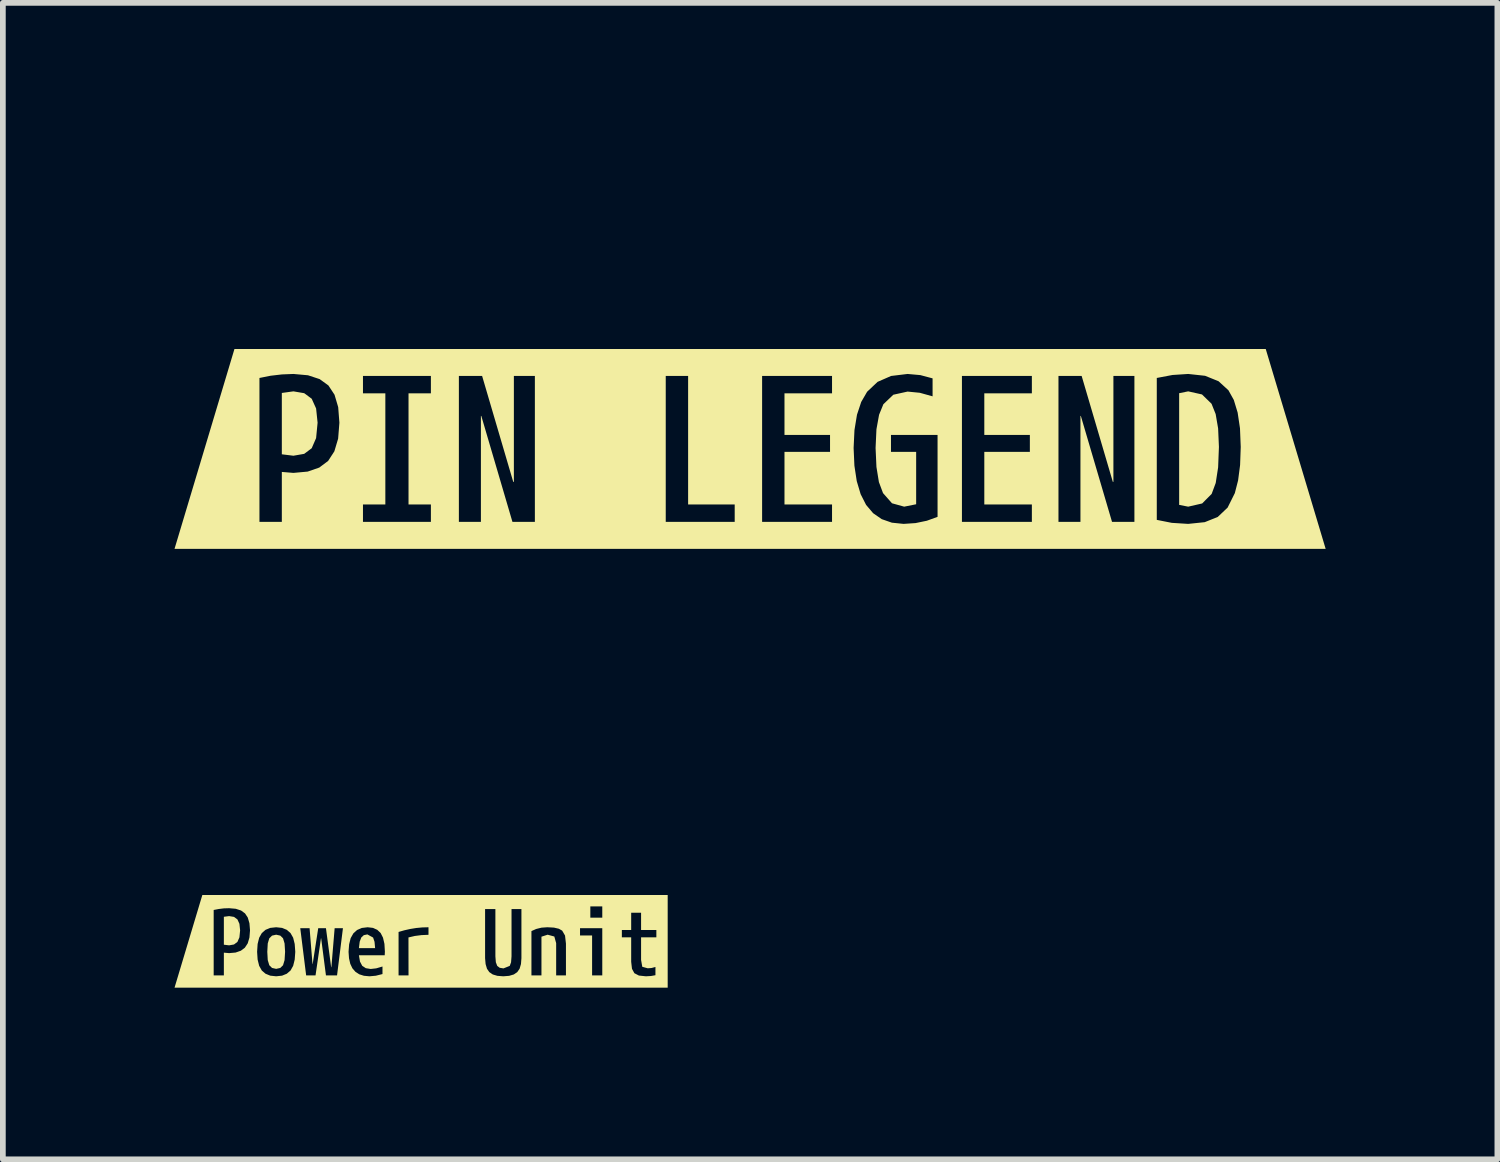
<source format=kicad_pcb>
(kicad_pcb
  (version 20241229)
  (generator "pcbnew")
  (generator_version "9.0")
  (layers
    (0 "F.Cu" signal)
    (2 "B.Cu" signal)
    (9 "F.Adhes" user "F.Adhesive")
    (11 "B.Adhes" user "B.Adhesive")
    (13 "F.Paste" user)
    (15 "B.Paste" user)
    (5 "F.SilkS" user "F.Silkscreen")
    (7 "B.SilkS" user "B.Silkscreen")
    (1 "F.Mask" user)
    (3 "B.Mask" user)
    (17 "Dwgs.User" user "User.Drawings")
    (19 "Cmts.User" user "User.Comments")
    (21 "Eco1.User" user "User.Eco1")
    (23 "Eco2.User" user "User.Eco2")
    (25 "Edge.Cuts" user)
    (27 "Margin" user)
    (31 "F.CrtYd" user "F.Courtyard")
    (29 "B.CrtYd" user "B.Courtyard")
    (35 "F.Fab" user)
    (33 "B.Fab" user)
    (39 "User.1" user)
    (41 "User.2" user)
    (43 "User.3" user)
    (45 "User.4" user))
  (footprint "kibuzzard-63BEB9E1"
    (layer "F.Cu")
    (at 10.058 4.795)
    (property "Reference" "kibuzzard-63BEB9E1" (at 0 -4.794 0) (layer "F.SilkS") (effects (font (size 0.001 0.001) (thickness 0.15))))
    (attr board_only exclude_from_pos_files exclude_from_bom)
    (fp_poly (pts (xy -7.558 -0.458) (xy -7.584 -0.707) (xy -7.661 -0.877) (xy -7.792 -0.974) (xy -7.98 -1.006) (xy -8.183 -0.978) (xy -8.183 0.094) (xy -7.98 0.119) (xy -7.792 0.086) (xy -7.661 -0.012) (xy -7.584 -0.189) (xy -7.558 -0.458)) (stroke (width 0) (type solid)) (fill yes) (layer "F.SilkS"))
    (fp_poly (pts (xy 7.656 -1.006) (xy 7.498 -0.974) (xy 7.498 0.978) (xy 7.656 1.009) (xy 7.9 0.953) (xy 8.066 0.786) (xy 8.137 0.595) (xy 8.179 0.322) (xy 8.193 -0.035) (xy 8.179 -0.358) (xy 8.136 -0.609) (xy 8.064 -0.789) (xy 7.897 -0.952) (xy 7.656 -1.006)) (stroke (width 0) (type solid)) (fill yes) (layer "F.SilkS"))
    (fp_poly (pts (xy -8.574 -1.746) (xy -9.011 -1.746) (xy -10.058 1.746) (xy -9.011 1.746) (xy -8.574 1.746) (xy -8.183 1.746) (xy -8.183 1.275) (xy -8.574 1.275) (xy -8.574 -1.24) (xy -8.379 -1.279) (xy -8.181 -1.302) (xy -7.98 -1.31) (xy -7.726 -1.287) (xy -7.522 -1.22) (xy -7.369 -1.109) (xy -7.262 -0.947) (xy -7.198 -0.73) (xy -7.177 -0.458) (xy -7.199 -0.18) (xy -7.265 0.042) (xy -7.374 0.21) (xy -7.529 0.326) (xy -7.731 0.396) (xy -7.98 0.419) (xy -8.183 0.402) (xy -8.183 1.275) (xy -8.183 1.746) (xy -5.578 1.746) (xy -5.578 1.275) (xy -6.765 1.275) (xy -6.765 0.971) (xy -6.374 0.971) (xy -6.374 -0.971) (xy -6.765 -0.971) (xy -6.765 -1.275) (xy -5.578 -1.275) (xy -5.578 -0.971) (xy -5.969 -0.971) (xy -5.969 0.971) (xy -5.578 0.971) (xy -5.578 1.275) (xy -5.578 1.746) (xy -5.089 1.746) (xy -5.089 1.275) (xy -5.089 -1.275) (xy -4.683 -1.275) (xy -4.139 0.576) (xy -4.128 0.576) (xy -4.128 -1.275) (xy -3.761 -1.275) (xy -3.761 1.275) (xy -4.153 1.275) (xy -4.697 -0.576) (xy -4.704 -0.576) (xy -4.704 1.275) (xy -5.089 1.275) (xy -5.089 1.746) (xy -0.269 1.746) (xy -0.269 1.275) (xy -1.474 1.275) (xy -1.474 -1.275) (xy -1.083 -1.275) (xy -1.083 0.971) (xy -0.269 0.971) (xy -0.269 1.275) (xy -0.269 1.746) (xy 1.432 1.746) (xy 1.432 1.275) (xy 0.21 1.275) (xy 0.21 -1.275) (xy 1.432 -1.275) (xy 1.432 -0.971) (xy 0.601 -0.971) (xy 0.601 -0.244) (xy 1.397 -0.244) (xy 1.397 0.052) (xy 0.601 0.052) (xy 0.601 0.971) (xy 1.432 0.971) (xy 1.432 1.275) (xy 1.432 1.746) (xy 2.682 1.746) (xy 2.682 1.31) (xy 2.478 1.289) (xy 2.3 1.227) (xy 2.15 1.123) (xy 2.027 0.978) (xy 1.932 0.791) (xy 1.864 0.563) (xy 1.823 0.294) (xy 1.809 -0.017) (xy 1.824 -0.33) (xy 1.868 -0.598) (xy 1.942 -0.821) (xy 2.045 -0.999) (xy 2.228 -1.172) (xy 2.464 -1.275) (xy 2.752 -1.31) (xy 2.975 -1.29) (xy 3.189 -1.233) (xy 3.189 -0.919) (xy 2.966 -0.981) (xy 2.752 -1.002) (xy 2.503 -0.947) (xy 2.329 -0.781) (xy 2.254 -0.597) (xy 2.208 -0.343) (xy 2.193 -0.017) (xy 2.208 0.315) (xy 2.251 0.579) (xy 2.323 0.772) (xy 2.48 0.95) (xy 2.693 1.009) (xy 2.902 0.967) (xy 2.902 0.052) (xy 2.462 0.052) (xy 2.462 -0.244) (xy 3.276 -0.244) (xy 3.276 1.187) (xy 3.089 1.255) (xy 2.891 1.296) (xy 2.682 1.31) (xy 2.682 1.746) (xy 4.924 1.746) (xy 4.924 1.275) (xy 3.702 1.275) (xy 3.702 -1.275) (xy 4.924 -1.275) (xy 4.924 -0.971) (xy 4.093 -0.971) (xy 4.093 -0.244) (xy 4.889 -0.244) (xy 4.889 0.052) (xy 4.093 0.052) (xy 4.093 0.971) (xy 4.924 0.971) (xy 4.924 1.275) (xy 4.924 1.746) (xy 5.389 1.746) (xy 5.389 1.275) (xy 5.389 -1.275) (xy 5.794 -1.275) (xy 6.339 0.576) (xy 6.349 0.576) (xy 6.349 -1.275) (xy 6.716 -1.275) (xy 6.716 1.275) (xy 6.325 1.275) (xy 5.78 -0.576) (xy 5.773 -0.576) (xy 5.773 1.275) (xy 5.389 1.275) (xy 5.389 1.746) (xy 7.656 1.746) (xy 7.656 1.31) (xy 7.37 1.292) (xy 7.107 1.24) (xy 7.107 -1.24) (xy 7.381 -1.292) (xy 7.656 -1.31) (xy 7.951 -1.278) (xy 8.186 -1.183) (xy 8.359 -1.025) (xy 8.453 -0.856) (xy 8.52 -0.635) (xy 8.561 -0.361) (xy 8.574 -0.035) (xy 8.563 0.281) (xy 8.528 0.55) (xy 8.471 0.772) (xy 8.345 1.025) (xy 8.172 1.189) (xy 7.945 1.28) (xy 7.656 1.31) (xy 7.656 1.746) (xy 8.574 1.746) (xy 9.011 1.746) (xy 10.058 1.746) (xy 9.011 -1.746) (xy 8.574 -1.746) (xy -8.574 -1.746)) (stroke (width 0) (type solid)) (fill yes) (layer "F.SilkS")))
  (footprint "kibuzzard-63BEDE70"
    (layer "F.Cu")
    (at 4.309 13.4)
    (property "Reference" "kibuzzard-63BEDE70" (at 0 -3.858 0) (layer "F.SilkS") (effects (font (size 0.001 0.001) (thickness 0.15))))
    (attr board_only exclude_from_pos_files exclude_from_bom)
    (fp_poly (pts (xy -1.087 0.119) (xy -0.804 0.119) (xy -0.814 0.008) (xy -0.839 -0.066) (xy -0.939 -0.121) (xy -1.001 -0.108) (xy -1.045 -0.068) (xy -1.073 0.005) (xy -1.087 0.119)) (stroke (width 0) (type solid)) (fill yes) (layer "F.SilkS"))
    (fp_poly (pts (xy -3.163 -0.192) (xy -3.175 -0.306) (xy -3.21 -0.383) (xy -3.27 -0.427) (xy -3.355 -0.441) (xy -3.447 -0.429) (xy -3.447 0.059) (xy -3.355 0.07) (xy -3.27 0.055) (xy -3.21 0.01) (xy -3.175 -0.07) (xy -3.163 -0.192)) (stroke (width 0) (type solid)) (fill yes) (layer "F.SilkS"))
    (fp_poly (pts (xy -2.653 0.418) (xy -2.605 0.465) (xy -2.533 0.481) (xy -2.461 0.465) (xy -2.413 0.418) (xy -2.386 0.328) (xy -2.377 0.183) (xy -2.386 0.037) (xy -2.413 -0.053) (xy -2.461 -0.1) (xy -2.533 -0.116) (xy -2.605 -0.1) (xy -2.653 -0.053) (xy -2.68 0.037) (xy -2.688 0.183) (xy -2.68 0.328) (xy -2.653 0.418)) (stroke (width 0) (type solid)) (fill yes) (layer "F.SilkS"))
    (fp_poly (pts (xy -3.625 -0.81) (xy -3.823 -0.81) (xy -4.309 0.81) (xy -3.823 0.81) (xy -3.625 0.81) (xy -3.447 0.81) (xy -3.447 0.595) (xy -3.625 0.595) (xy -3.625 -0.548) (xy -3.537 -0.565) (xy -3.447 -0.576) (xy -3.355 -0.579) (xy -3.24 -0.569) (xy -3.147 -0.539) (xy -3.077 -0.488) (xy -3.029 -0.415) (xy -3 -0.316) (xy -2.99 -0.192) (xy -3 -0.066) (xy -3.03 0.035) (xy -3.08 0.111) (xy -3.15 0.164) (xy -3.242 0.196) (xy -3.355 0.206) (xy -3.447 0.198) (xy -3.447 0.595) (xy -3.447 0.81) (xy -2.533 0.81) (xy -2.533 0.611) (xy -2.636 0.6) (xy -2.719 0.566) (xy -2.784 0.51) (xy -2.83 0.428) (xy -2.857 0.319) (xy -2.866 0.183) (xy -2.857 0.046) (xy -2.83 -0.063) (xy -2.784 -0.144) (xy -2.719 -0.201) (xy -2.636 -0.235) (xy -2.533 -0.246) (xy -2.43 -0.235) (xy -2.347 -0.201) (xy -2.282 -0.144) (xy -2.236 -0.063) (xy -2.209 0.046) (xy -2.199 0.183) (xy -2.209 0.319) (xy -2.236 0.428) (xy -2.282 0.51) (xy -2.347 0.566) (xy -2.43 0.6) (xy -2.533 0.611) (xy -2.533 0.81) (xy -1.469 0.81) (xy -1.469 0.595) (xy -1.663 0.595) (xy -1.747 -0.054) (xy -1.75 -0.054) (xy -1.845 0.595) (xy -2.009 0.595) (xy -2.112 -0.23) (xy -1.949 -0.23) (xy -1.898 0.397) (xy -1.895 0.397) (xy -1.798 -0.23) (xy -1.663 -0.23) (xy -1.572 0.452) (xy -1.568 0.452) (xy -1.511 -0.23) (xy -1.366 -0.23) (xy -1.469 0.595) (xy -1.469 0.81) (xy -0.902 0.81) (xy -0.902 0.611) (xy -0.999 0.602) (xy -1.081 0.576) (xy -1.148 0.532) (xy -1.201 0.471) (xy -1.238 0.393) (xy -1.26 0.296) (xy -1.268 0.183) (xy -1.258 0.052) (xy -1.231 -0.056) (xy -1.184 -0.139) (xy -1.119 -0.198) (xy -1.036 -0.234) (xy -0.934 -0.246) (xy -0.841 -0.235) (xy -0.766 -0.201) (xy -0.707 -0.145) (xy -0.666 -0.064) (xy -0.641 0.044) (xy -0.633 0.179) (xy -0.636 0.243) (xy -1.087 0.243) (xy -1.068 0.354) (xy -1.029 0.428) (xy -0.967 0.469) (xy -0.882 0.483) (xy -0.784 0.472) (xy -0.675 0.44) (xy -0.675 0.572) (xy -0.792 0.601) (xy -0.902 0.611) (xy -0.902 0.81) (xy -0.22 0.81) (xy -0.22 0.595) (xy -0.394 0.595) (xy -0.394 -0.164) (xy -0.293 -0.193) (xy -0.19 -0.216) (xy -0.086 -0.233) (xy 0.021 -0.243) (xy 0.129 -0.246) (xy 0.129 -0.114) (xy 0.008 -0.109) (xy -0.109 -0.094) (xy -0.221 -0.068) (xy -0.22 0.595) (xy -0.22 0.81) (xy 1.436 0.81) (xy 1.436 0.611) (xy 1.333 0.603) (xy 1.252 0.579) (xy 1.192 0.538) (xy 1.151 0.479) (xy 1.127 0.397) (xy 1.118 0.294) (xy 1.118 -0.564) (xy 1.298 -0.564) (xy 1.298 0.262) (xy 1.306 0.365) (xy 1.33 0.429) (xy 1.373 0.462) (xy 1.439 0.473) (xy 1.549 0.429) (xy 1.572 0.366) (xy 1.58 0.262) (xy 1.58 -0.564) (xy 1.753 -0.564) (xy 1.753 0.294) (xy 1.745 0.397) (xy 1.721 0.479) (xy 1.68 0.538) (xy 1.62 0.579) (xy 1.538 0.603) (xy 1.436 0.611) (xy 1.436 0.81) (xy 2.531 0.81) (xy 2.531 0.595) (xy 2.36 0.595) (xy 2.36 0.032) (xy 2.328 -0.084) (xy 2.211 -0.116) (xy 2.103 -0.081) (xy 2.103 0.595) (xy 1.928 0.595) (xy 1.928 -0.179) (xy 2.011 -0.216) (xy 2.104 -0.239) (xy 2.206 -0.246) (xy 2.321 -0.24) (xy 2.407 -0.22) (xy 2.465 -0.187) (xy 2.515 -0.101) (xy 2.531 0.04) (xy 2.531 0.595) (xy 2.531 0.81) (xy 3.166 0.81) (xy 3.166 0.595) (xy 2.988 0.595) (xy 2.988 -0.102) (xy 2.777 -0.102) (xy 2.777 -0.23) (xy 2.957 -0.23) (xy 2.957 -0.413) (xy 2.957 -0.611) (xy 3.166 -0.611) (xy 3.166 -0.413) (xy 2.957 -0.413) (xy 2.957 -0.23) (xy 3.166 -0.23) (xy 3.166 0.595) (xy 3.166 0.81) (xy 3.928 0.81) (xy 3.928 0.611) (xy 3.806 0.598) (xy 3.727 0.557) (xy 3.685 0.48) (xy 3.671 0.357) (xy 3.671 -0.07) (xy 3.508 -0.07) (xy 3.508 -0.198) (xy 3.671 -0.198) (xy 3.671 -0.5) (xy 3.844 -0.5) (xy 3.844 -0.198) (xy 4.111 -0.198) (xy 4.111 -0.07) (xy 3.844 -0.07) (xy 3.844 0.325) (xy 3.865 0.445) (xy 3.96 0.471) (xy 4.027 0.466) (xy 4.095 0.448) (xy 4.095 0.592) (xy 4.016 0.606) (xy 3.928 0.611) (xy 3.928 0.81) (xy 4.111 0.81) (xy 4.309 0.81) (xy 4.309 -0.81) (xy 4.111 -0.81) (xy -3.625 -0.81)) (stroke (width 0) (type solid)) (fill yes) (layer "F.SilkS")))
  (gr_rect
    (start -3 -3)
    (end 23.117 17.21)
    (stroke (width 0.1) (type default))
    (fill no)
    (layer "Edge.Cuts")))
</source>
